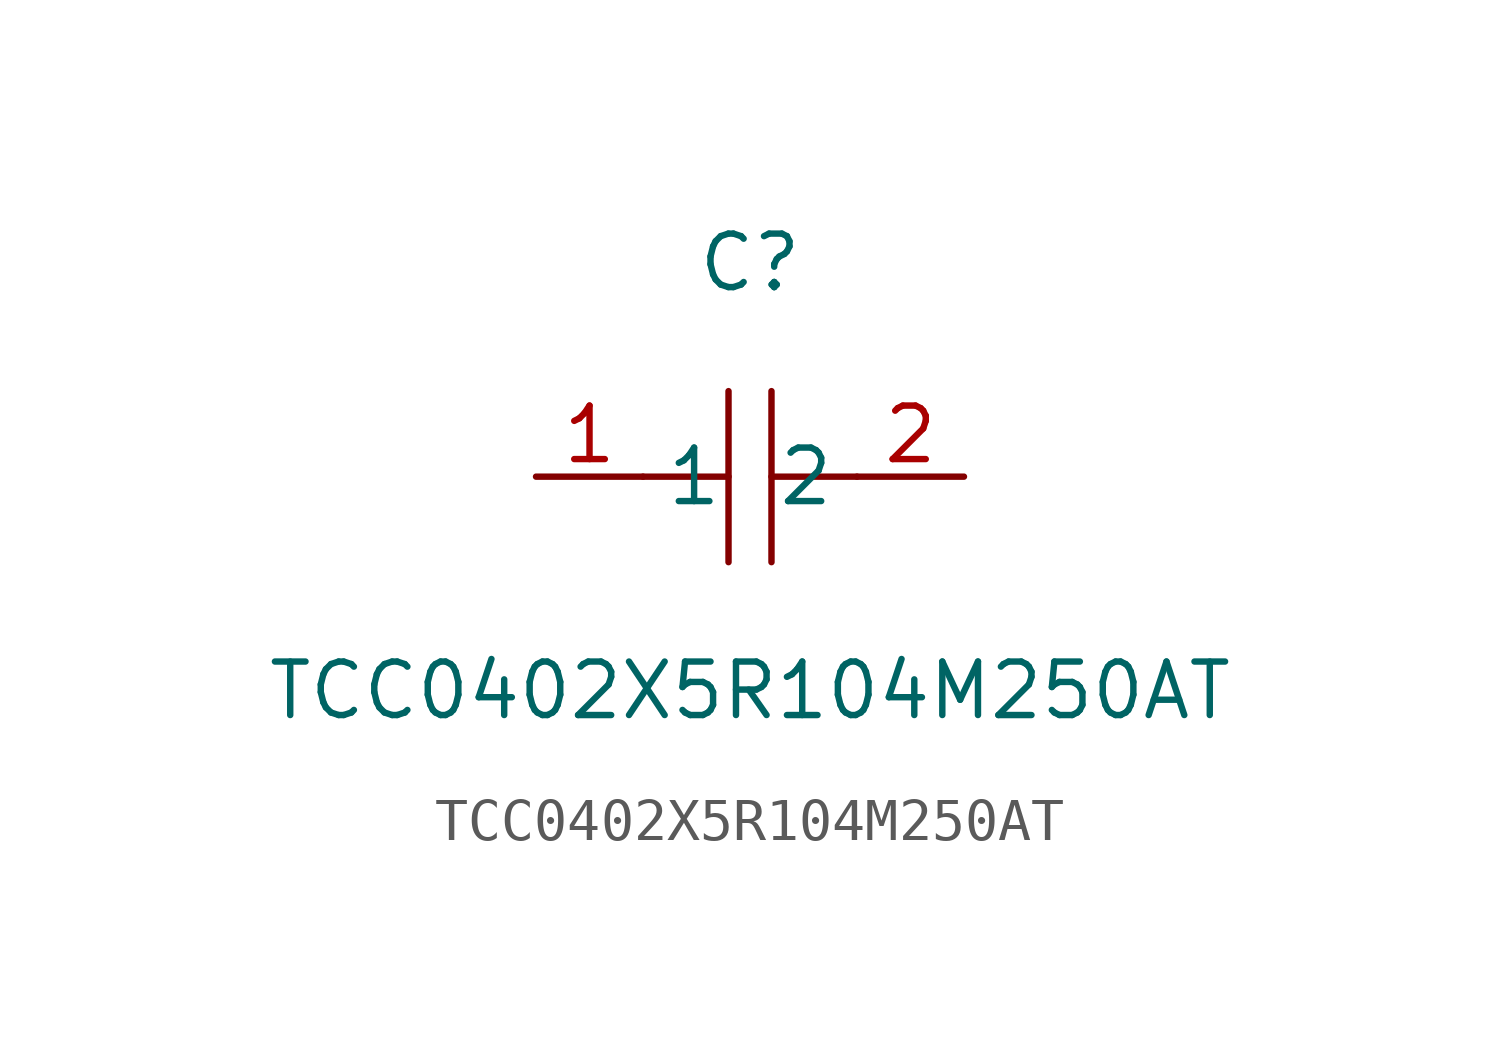
<source format=kicad_sym>
(kicad_symbol_lib
  (version 1)
  (generator "faebryk")
  (symbol "TCC0402X5R104M250AT"
    (property "Reference" "C"
      (at 0 5.08 0)
      (effects (font (size 1.27 1.27)) (hide no)))
    (property "Value" "TCC0402X5R104M250AT"
      (at 0 -5.08 0)
      (effects (font (size 1.27 1.27)) (hide no)))
    (symbol "TCC0402X5R104M250AT_0_1"
      (polyline (stroke (width 0) (type default) (color 0 0 0 0)) (fill (type none)) (pts (xy -0.51 0) (xy -2.54 0)))
      (polyline (stroke (width 0) (type default) (color 0 0 0 0)) (fill (type none)) (pts (xy 0.51 2.03) (xy 0.51 -2.03)))
      (polyline (stroke (width 0) (type default) (color 0 0 0 0)) (fill (type none)) (pts (xy 2.54 0) (xy 0.51 0)))
      (polyline (stroke (width 0) (type default) (color 0 0 0 0)) (fill (type none)) (pts (xy -0.51 -2.03) (xy -0.51 2.03)))
      (pin unspecified line (at 5.08 0 180) (length 2.54) (name "2" (effects (font (size 1.27 1.27)) (hide no))) (number "2" (effects (font (size 1.27 1.27)) (hide no))))
      (pin unspecified line (at -5.08 0 0) (length 2.54) (name "1" (effects (font (size 1.27 1.27)) (hide no))) (number "1" (effects (font (size 1.27 1.27)) (hide no)))))))
</source>
